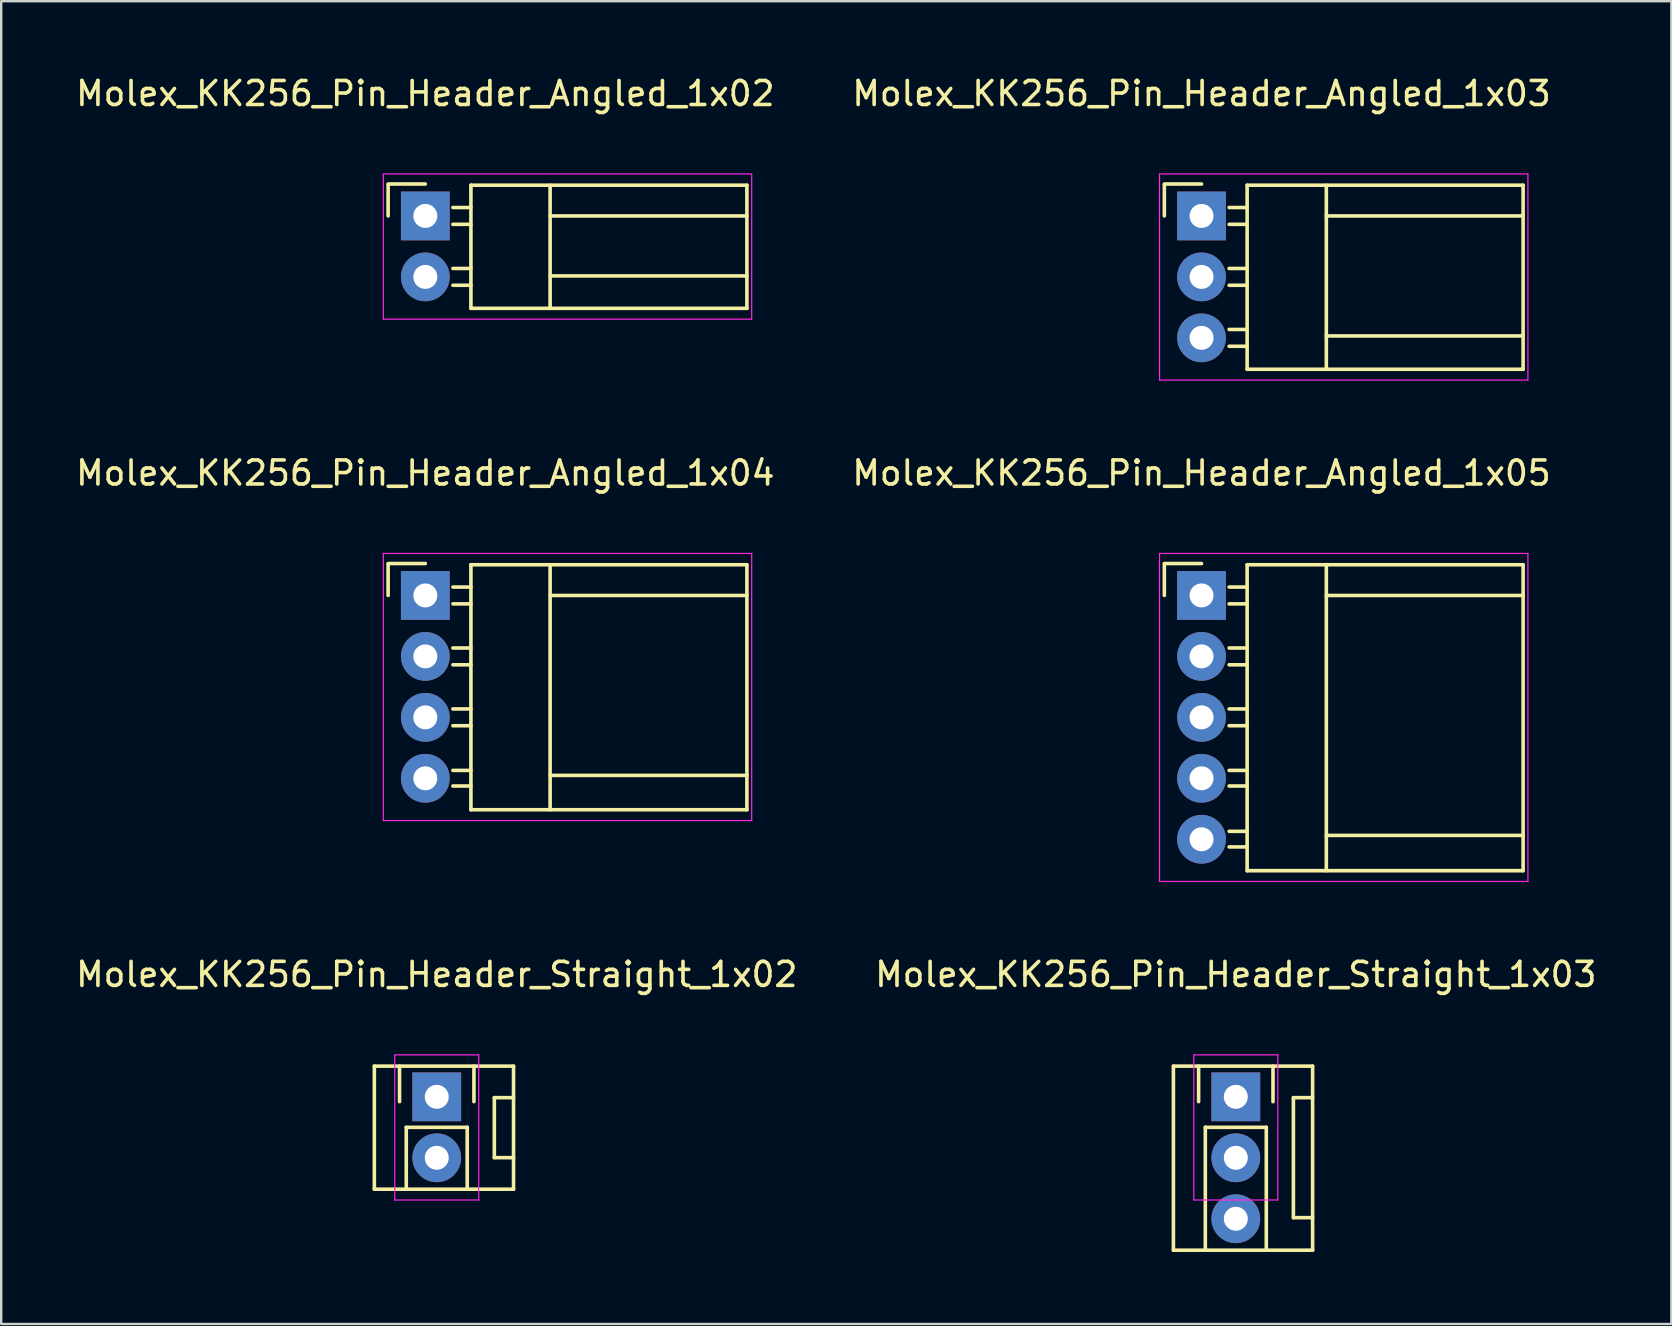
<source format=kicad_pcb>
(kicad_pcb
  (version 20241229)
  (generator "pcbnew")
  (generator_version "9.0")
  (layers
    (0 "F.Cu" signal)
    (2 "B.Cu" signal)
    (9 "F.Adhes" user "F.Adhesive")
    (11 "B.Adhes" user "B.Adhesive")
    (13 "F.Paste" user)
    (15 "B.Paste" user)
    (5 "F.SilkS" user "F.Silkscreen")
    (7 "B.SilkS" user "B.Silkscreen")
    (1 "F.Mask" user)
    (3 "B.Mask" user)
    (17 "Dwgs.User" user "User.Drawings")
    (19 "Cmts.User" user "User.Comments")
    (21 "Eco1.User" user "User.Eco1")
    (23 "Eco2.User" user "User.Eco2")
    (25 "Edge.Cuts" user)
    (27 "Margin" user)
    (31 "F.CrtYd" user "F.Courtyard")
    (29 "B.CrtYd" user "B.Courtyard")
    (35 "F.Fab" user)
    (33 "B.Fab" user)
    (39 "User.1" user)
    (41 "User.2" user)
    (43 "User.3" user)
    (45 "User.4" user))
  (footprint "Molex_KK256_Pin_Header_Angled_1x05"
    (layer "F.Cu")
    (at 47.018 21.762)
    (property "Reference" "Molex_KK256_Pin_Header_Angled_1x05" (at 0 -5.1 0) (layer "F.SilkS") (effects (font (size 1 1) (thickness 0.15))))
    (attr through_hole)
    (fp_line (start -1.55 -1.33) (end 0 -1.33) (stroke (width 0.15) (type solid)) (layer "F.SilkS"))
    (fp_line (start -1.55 -1.3) (end -1.55 0) (stroke (width 0.15) (type solid)) (layer "F.SilkS"))
    (fp_line (start 1.15 -0.35) (end 1.9 -0.35) (stroke (width 0.15) (type solid)) (layer "F.SilkS"))
    (fp_line (start 1.15 0.35) (end 1.9 0.35) (stroke (width 0.15) (type solid)) (layer "F.SilkS"))
    (fp_line (start 1.15 2.19) (end 1.9 2.19) (stroke (width 0.15) (type solid)) (layer "F.SilkS"))
    (fp_line (start 1.15 2.89) (end 1.9 2.89) (stroke (width 0.15) (type solid)) (layer "F.SilkS"))
    (fp_line (start 1.15 4.73) (end 1.9 4.73) (stroke (width 0.15) (type solid)) (layer "F.SilkS"))
    (fp_line (start 1.15 5.43) (end 1.9 5.43) (stroke (width 0.15) (type solid)) (layer "F.SilkS"))
    (fp_line (start 1.15 7.29) (end 1.9 7.29) (stroke (width 0.15) (type solid)) (layer "F.SilkS"))
    (fp_line (start 1.15 7.94) (end 1.9 7.94) (stroke (width 0.15) (type solid)) (layer "F.SilkS"))
    (fp_line (start 1.15 9.83) (end 1.9 9.83) (stroke (width 0.15) (type solid)) (layer "F.SilkS"))
    (fp_line (start 1.15 10.48) (end 1.9 10.48) (stroke (width 0.15) (type solid)) (layer "F.SilkS"))
    (fp_line (start 1.9 -1.28) (end 1.9 11.47) (stroke (width 0.15) (type solid)) (layer "F.SilkS"))
    (fp_line (start 1.9 -1.28) (end 13.4 -1.28) (stroke (width 0.15) (type solid)) (layer "F.SilkS"))
    (fp_line (start 1.9 11.47) (end 13.4 11.47) (stroke (width 0.15) (type solid)) (layer "F.SilkS"))
    (fp_line (start 5.2 -1.28) (end 5.2 11.47) (stroke (width 0.15) (type solid)) (layer "F.SilkS"))
    (fp_line (start 5.2 0) (end 13.4 0) (stroke (width 0.15) (type solid)) (layer "F.SilkS"))
    (fp_line (start 5.2 10) (end 13.4 10) (stroke (width 0.15) (type solid)) (layer "F.SilkS"))
    (fp_line (start 13.4 -1.28) (end 13.4 11.47) (stroke (width 0.15) (type solid)) (layer "F.SilkS"))
    (fp_line (start -1.75 -1.75) (end -1.75 11.92) (stroke (width 0.05) (type solid)) (layer "F.CrtYd"))
    (fp_line (start -1.75 -1.75) (end 13.6 -1.75) (stroke (width 0.05) (type solid)) (layer "F.CrtYd"))
    (fp_line (start -1.75 11.92) (end 13.6 11.92) (stroke (width 0.05) (type solid)) (layer "F.CrtYd"))
    (fp_line (start 13.6 -1.75) (end 13.6 11.92) (stroke (width 0.05) (type solid)) (layer "F.CrtYd"))
    (pad "1" thru_hole rect (at 0 0) (size 2.032 2.032) (drill 1) (layers "*.Cu" "*.Mask"))
    (pad "2" thru_hole oval (at 0 2.54) (size 2.032 2.032) (drill 1) (layers "*.Cu" "*.Mask"))
    (pad "3" thru_hole oval (at 0 5.08) (size 2.032 2.032) (drill 1) (layers "*.Cu" "*.Mask"))
    (pad "4" thru_hole oval (at 0 7.62) (size 2.032 2.032) (drill 1) (layers "*.Cu" "*.Mask"))
    (pad "5" thru_hole oval (at 0 10.16) (size 2.032 2.032) (drill 1) (layers "*.Cu" "*.Mask")))
  (footprint "Molex_KK256_Pin_Header_Angled_1x02"
    (layer "F.Cu")
    (at 14.673 5.948)
    (property "Reference" "Molex_KK256_Pin_Header_Angled_1x02" (at 0 -5.1 0) (layer "F.SilkS") (effects (font (size 1 1) (thickness 0.15))))
    (attr through_hole)
    (fp_line (start -1.55 -1.33) (end 0 -1.33) (stroke (width 0.15) (type solid)) (layer "F.SilkS"))
    (fp_line (start -1.55 -1.3) (end -1.55 0) (stroke (width 0.15) (type solid)) (layer "F.SilkS"))
    (fp_line (start 1.15 -0.35) (end 1.9 -0.35) (stroke (width 0.15) (type solid)) (layer "F.SilkS"))
    (fp_line (start 1.15 0.35) (end 1.9 0.35) (stroke (width 0.15) (type solid)) (layer "F.SilkS"))
    (fp_line (start 1.15 2.19) (end 1.9 2.19) (stroke (width 0.15) (type solid)) (layer "F.SilkS"))
    (fp_line (start 1.15 2.89) (end 1.9 2.89) (stroke (width 0.15) (type solid)) (layer "F.SilkS"))
    (fp_line (start 1.9 -1.28) (end 1.9 3.85) (stroke (width 0.15) (type solid)) (layer "F.SilkS"))
    (fp_line (start 1.9 -1.28) (end 13.4 -1.28) (stroke (width 0.15) (type solid)) (layer "F.SilkS"))
    (fp_line (start 1.9 3.85) (end 13.4 3.85) (stroke (width 0.15) (type solid)) (layer "F.SilkS"))
    (fp_line (start 5.2 -1.28) (end 5.2 3.85) (stroke (width 0.15) (type solid)) (layer "F.SilkS"))
    (fp_line (start 5.2 0) (end 13.4 0) (stroke (width 0.15) (type solid)) (layer "F.SilkS"))
    (fp_line (start 5.2 2.5) (end 13.4 2.5) (stroke (width 0.15) (type solid)) (layer "F.SilkS"))
    (fp_line (start 13.4 -1.28) (end 13.4 3.85) (stroke (width 0.15) (type solid)) (layer "F.SilkS"))
    (fp_line (start -1.75 -1.75) (end -1.75 4.3) (stroke (width 0.05) (type solid)) (layer "F.CrtYd"))
    (fp_line (start -1.75 -1.75) (end 13.6 -1.75) (stroke (width 0.05) (type solid)) (layer "F.CrtYd"))
    (fp_line (start -1.75 4.3) (end 13.6 4.3) (stroke (width 0.05) (type solid)) (layer "F.CrtYd"))
    (fp_line (start 13.6 -1.75) (end 13.6 4.3) (stroke (width 0.05) (type solid)) (layer "F.CrtYd"))
    (pad "1" thru_hole rect (at 0 0) (size 2.032 2.032) (drill 1) (layers "*.Cu" "*.Mask"))
    (pad "2" thru_hole oval (at 0 2.54) (size 2.032 2.032) (drill 1) (layers "*.Cu" "*.Mask")))
  (footprint "Molex_KK256_Pin_Header_Straight_1x03"
    (layer "F.Cu")
    (at 48.446 42.655)
    (property "Reference" "Molex_KK256_Pin_Header_Straight_1x03" (at 0 -5.1 0) (layer "F.SilkS") (effects (font (size 1 1) (thickness 0.15))))
    (attr through_hole)
    (fp_line (start -2.6 -1.28) (end -2.6 6.39) (stroke (width 0.15) (type solid)) (layer "F.SilkS"))
    (fp_line (start -2.6 -1.28) (end 3.2 -1.28) (stroke (width 0.15) (type solid)) (layer "F.SilkS"))
    (fp_line (start -2.6 6.39) (end 3.2 6.39) (stroke (width 0.15) (type solid)) (layer "F.SilkS"))
    (fp_line (start -1.55 -1.28) (end -1.55 0.2) (stroke (width 0.15) (type solid)) (layer "F.SilkS"))
    (fp_line (start -1.27 1.27) (end -1.27 6.39) (stroke (width 0.15) (type solid)) (layer "F.SilkS"))
    (fp_line (start 1.27 1.27) (end -1.27 1.27) (stroke (width 0.15) (type solid)) (layer "F.SilkS"))
    (fp_line (start 1.27 1.27) (end 1.27 6.39) (stroke (width 0.15) (type solid)) (layer "F.SilkS"))
    (fp_line (start 1.55 -1.28) (end 1.55 0.2) (stroke (width 0.15) (type solid)) (layer "F.SilkS"))
    (fp_line (start 2.4 0.035) (end 2.4 5.035) (stroke (width 0.15) (type solid)) (layer "F.SilkS"))
    (fp_line (start 2.4 0.035) (end 3.2 0.035) (stroke (width 0.15) (type solid)) (layer "F.SilkS"))
    (fp_line (start 2.4 5.035) (end 3.2 5.035) (stroke (width 0.15) (type solid)) (layer "F.SilkS"))
    (fp_line (start 3.2 -1.28) (end 3.2 6.39) (stroke (width 0.15) (type solid)) (layer "F.SilkS"))
    (fp_line (start -1.75 -1.75) (end -1.75 4.3) (stroke (width 0.05) (type solid)) (layer "F.CrtYd"))
    (fp_line (start -1.75 -1.75) (end 1.75 -1.75) (stroke (width 0.05) (type solid)) (layer "F.CrtYd"))
    (fp_line (start -1.75 4.3) (end 1.75 4.3) (stroke (width 0.05) (type solid)) (layer "F.CrtYd"))
    (fp_line (start 1.75 -1.75) (end 1.75 4.3) (stroke (width 0.05) (type solid)) (layer "F.CrtYd"))
    (pad "1" thru_hole rect (at 0 0) (size 2.032 2.032) (drill 1) (layers "*.Cu" "*.Mask"))
    (pad "2" thru_hole oval (at 0 2.54) (size 2.032 2.032) (drill 1) (layers "*.Cu" "*.Mask"))
    (pad "3" thru_hole oval (at 0 5.08) (size 2.032 2.032) (drill 1) (layers "*.Cu" "*.Mask")))
  (footprint "Molex_KK256_Pin_Header_Straight_1x02"
    (layer "F.Cu")
    (at 15.149 42.655)
    (property "Reference" "Molex_KK256_Pin_Header_Straight_1x02" (at 0 -5.1 0) (layer "F.SilkS") (effects (font (size 1 1) (thickness 0.15))))
    (attr through_hole)
    (fp_line (start -2.6 -1.28) (end -2.6 3.85) (stroke (width 0.15) (type solid)) (layer "F.SilkS"))
    (fp_line (start -2.6 -1.28) (end 3.2 -1.28) (stroke (width 0.15) (type solid)) (layer "F.SilkS"))
    (fp_line (start -2.6 3.85) (end 3.2 3.85) (stroke (width 0.15) (type solid)) (layer "F.SilkS"))
    (fp_line (start -1.55 -1.28) (end -1.55 0.2) (stroke (width 0.15) (type solid)) (layer "F.SilkS"))
    (fp_line (start -1.27 1.27) (end -1.27 3.85) (stroke (width 0.15) (type solid)) (layer "F.SilkS"))
    (fp_line (start 1.27 1.27) (end -1.27 1.27) (stroke (width 0.15) (type solid)) (layer "F.SilkS"))
    (fp_line (start 1.27 1.27) (end 1.27 3.85) (stroke (width 0.15) (type solid)) (layer "F.SilkS"))
    (fp_line (start 1.55 -1.28) (end 1.55 0.2) (stroke (width 0.15) (type solid)) (layer "F.SilkS"))
    (fp_line (start 2.4 0.035) (end 2.4 2.535) (stroke (width 0.15) (type solid)) (layer "F.SilkS"))
    (fp_line (start 2.4 0.035) (end 3.2 0.035) (stroke (width 0.15) (type solid)) (layer "F.SilkS"))
    (fp_line (start 2.4 2.535) (end 3.2 2.535) (stroke (width 0.15) (type solid)) (layer "F.SilkS"))
    (fp_line (start 3.2 -1.28) (end 3.2 3.85) (stroke (width 0.15) (type solid)) (layer "F.SilkS"))
    (fp_line (start -1.75 -1.75) (end -1.75 4.3) (stroke (width 0.05) (type solid)) (layer "F.CrtYd"))
    (fp_line (start -1.75 -1.75) (end 1.75 -1.75) (stroke (width 0.05) (type solid)) (layer "F.CrtYd"))
    (fp_line (start -1.75 4.3) (end 1.75 4.3) (stroke (width 0.05) (type solid)) (layer "F.CrtYd"))
    (fp_line (start 1.75 -1.75) (end 1.75 4.3) (stroke (width 0.05) (type solid)) (layer "F.CrtYd"))
    (pad "1" thru_hole rect (at 0 0) (size 2.032 2.032) (drill 1) (layers "*.Cu" "*.Mask"))
    (pad "2" thru_hole oval (at 0 2.54) (size 2.032 2.032) (drill 1) (layers "*.Cu" "*.Mask")))
  (footprint "Molex_KK256_Pin_Header_Angled_1x04"
    (layer "F.Cu")
    (at 14.673 21.762)
    (property "Reference" "Molex_KK256_Pin_Header_Angled_1x04" (at 0 -5.1 0) (layer "F.SilkS") (effects (font (size 1 1) (thickness 0.15))))
    (attr through_hole)
    (fp_line (start -1.55 -1.33) (end 0 -1.33) (stroke (width 0.15) (type solid)) (layer "F.SilkS"))
    (fp_line (start -1.55 -1.3) (end -1.55 0) (stroke (width 0.15) (type solid)) (layer "F.SilkS"))
    (fp_line (start 1.15 -0.35) (end 1.9 -0.35) (stroke (width 0.15) (type solid)) (layer "F.SilkS"))
    (fp_line (start 1.15 0.35) (end 1.9 0.35) (stroke (width 0.15) (type solid)) (layer "F.SilkS"))
    (fp_line (start 1.15 2.19) (end 1.9 2.19) (stroke (width 0.15) (type solid)) (layer "F.SilkS"))
    (fp_line (start 1.15 2.89) (end 1.9 2.89) (stroke (width 0.15) (type solid)) (layer "F.SilkS"))
    (fp_line (start 1.15 4.73) (end 1.9 4.73) (stroke (width 0.15) (type solid)) (layer "F.SilkS"))
    (fp_line (start 1.15 5.43) (end 1.9 5.43) (stroke (width 0.15) (type solid)) (layer "F.SilkS"))
    (fp_line (start 1.15 7.29) (end 1.9 7.29) (stroke (width 0.15) (type solid)) (layer "F.SilkS"))
    (fp_line (start 1.15 7.94) (end 1.9 7.94) (stroke (width 0.15) (type solid)) (layer "F.SilkS"))
    (fp_line (start 1.9 -1.28) (end 1.9 8.93) (stroke (width 0.15) (type solid)) (layer "F.SilkS"))
    (fp_line (start 1.9 -1.28) (end 13.4 -1.28) (stroke (width 0.15) (type solid)) (layer "F.SilkS"))
    (fp_line (start 1.9 8.93) (end 13.4 8.93) (stroke (width 0.15) (type solid)) (layer "F.SilkS"))
    (fp_line (start 5.2 -1.28) (end 5.2 8.93) (stroke (width 0.15) (type solid)) (layer "F.SilkS"))
    (fp_line (start 5.2 0) (end 13.4 0) (stroke (width 0.15) (type solid)) (layer "F.SilkS"))
    (fp_line (start 5.2 7.5) (end 13.4 7.5) (stroke (width 0.15) (type solid)) (layer "F.SilkS"))
    (fp_line (start 13.4 -1.28) (end 13.4 8.93) (stroke (width 0.15) (type solid)) (layer "F.SilkS"))
    (fp_line (start -1.75 -1.75) (end -1.75 9.38) (stroke (width 0.05) (type solid)) (layer "F.CrtYd"))
    (fp_line (start -1.75 -1.75) (end 13.6 -1.75) (stroke (width 0.05) (type solid)) (layer "F.CrtYd"))
    (fp_line (start -1.75 9.38) (end 13.6 9.38) (stroke (width 0.05) (type solid)) (layer "F.CrtYd"))
    (fp_line (start 13.6 -1.75) (end 13.6 9.38) (stroke (width 0.05) (type solid)) (layer "F.CrtYd"))
    (pad "1" thru_hole rect (at 0 0) (size 2.032 2.032) (drill 1) (layers "*.Cu" "*.Mask"))
    (pad "2" thru_hole oval (at 0 2.54) (size 2.032 2.032) (drill 1) (layers "*.Cu" "*.Mask"))
    (pad "3" thru_hole oval (at 0 5.08) (size 2.032 2.032) (drill 1) (layers "*.Cu" "*.Mask"))
    (pad "4" thru_hole oval (at 0 7.62) (size 2.032 2.032) (drill 1) (layers "*.Cu" "*.Mask")))
  (footprint "Molex_KK256_Pin_Header_Angled_1x03"
    (layer "F.Cu")
    (at 47.018 5.948)
    (property "Reference" "Molex_KK256_Pin_Header_Angled_1x03" (at 0 -5.1 0) (layer "F.SilkS") (effects (font (size 1 1) (thickness 0.15))))
    (attr through_hole)
    (fp_line (start -1.55 -1.33) (end 0 -1.33) (stroke (width 0.15) (type solid)) (layer "F.SilkS"))
    (fp_line (start -1.55 -1.3) (end -1.55 0) (stroke (width 0.15) (type solid)) (layer "F.SilkS"))
    (fp_line (start 1.15 -0.35) (end 1.9 -0.35) (stroke (width 0.15) (type solid)) (layer "F.SilkS"))
    (fp_line (start 1.15 0.35) (end 1.9 0.35) (stroke (width 0.15) (type solid)) (layer "F.SilkS"))
    (fp_line (start 1.15 2.19) (end 1.9 2.19) (stroke (width 0.15) (type solid)) (layer "F.SilkS"))
    (fp_line (start 1.15 2.89) (end 1.9 2.89) (stroke (width 0.15) (type solid)) (layer "F.SilkS"))
    (fp_line (start 1.15 4.73) (end 1.9 4.73) (stroke (width 0.15) (type solid)) (layer "F.SilkS"))
    (fp_line (start 1.15 5.43) (end 1.9 5.43) (stroke (width 0.15) (type solid)) (layer "F.SilkS"))
    (fp_line (start 1.9 -1.28) (end 1.9 6.39) (stroke (width 0.15) (type solid)) (layer "F.SilkS"))
    (fp_line (start 1.9 -1.28) (end 13.4 -1.28) (stroke (width 0.15) (type solid)) (layer "F.SilkS"))
    (fp_line (start 1.9 6.39) (end 13.4 6.39) (stroke (width 0.15) (type solid)) (layer "F.SilkS"))
    (fp_line (start 5.2 -1.28) (end 5.2 6.39) (stroke (width 0.15) (type solid)) (layer "F.SilkS"))
    (fp_line (start 5.2 0) (end 13.4 0) (stroke (width 0.15) (type solid)) (layer "F.SilkS"))
    (fp_line (start 5.2 5) (end 13.4 5) (stroke (width 0.15) (type solid)) (layer "F.SilkS"))
    (fp_line (start 13.4 -1.28) (end 13.4 6.39) (stroke (width 0.15) (type solid)) (layer "F.SilkS"))
    (fp_line (start -1.75 -1.75) (end -1.75 6.84) (stroke (width 0.05) (type solid)) (layer "F.CrtYd"))
    (fp_line (start -1.75 -1.75) (end 13.6 -1.75) (stroke (width 0.05) (type solid)) (layer "F.CrtYd"))
    (fp_line (start -1.75 6.84) (end 13.6 6.84) (stroke (width 0.05) (type solid)) (layer "F.CrtYd"))
    (fp_line (start 13.6 -1.75) (end 13.6 6.84) (stroke (width 0.05) (type solid)) (layer "F.CrtYd"))
    (pad "1" thru_hole rect (at 0 0) (size 2.032 2.032) (drill 1) (layers "*.Cu" "*.Mask"))
    (pad "2" thru_hole oval (at 0 2.54) (size 2.032 2.032) (drill 1) (layers "*.Cu" "*.Mask"))
    (pad "3" thru_hole oval (at 0 5.08) (size 2.032 2.032) (drill 1) (layers "*.Cu" "*.Mask")))
  (gr_rect
    (start -3 -3)
    (end 66.595 52.12)
    (stroke (width 0.1) (type default))
    (fill no)
    (layer "Edge.Cuts")))
</source>
